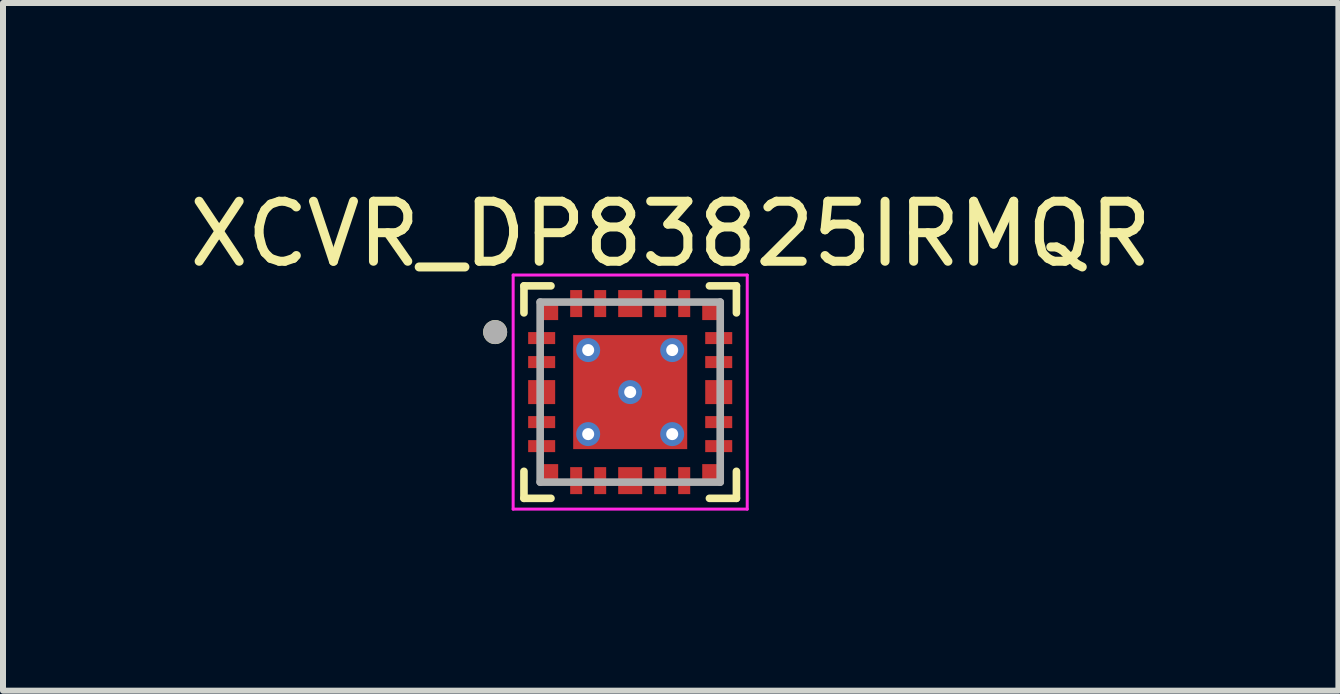
<source format=kicad_pcb>
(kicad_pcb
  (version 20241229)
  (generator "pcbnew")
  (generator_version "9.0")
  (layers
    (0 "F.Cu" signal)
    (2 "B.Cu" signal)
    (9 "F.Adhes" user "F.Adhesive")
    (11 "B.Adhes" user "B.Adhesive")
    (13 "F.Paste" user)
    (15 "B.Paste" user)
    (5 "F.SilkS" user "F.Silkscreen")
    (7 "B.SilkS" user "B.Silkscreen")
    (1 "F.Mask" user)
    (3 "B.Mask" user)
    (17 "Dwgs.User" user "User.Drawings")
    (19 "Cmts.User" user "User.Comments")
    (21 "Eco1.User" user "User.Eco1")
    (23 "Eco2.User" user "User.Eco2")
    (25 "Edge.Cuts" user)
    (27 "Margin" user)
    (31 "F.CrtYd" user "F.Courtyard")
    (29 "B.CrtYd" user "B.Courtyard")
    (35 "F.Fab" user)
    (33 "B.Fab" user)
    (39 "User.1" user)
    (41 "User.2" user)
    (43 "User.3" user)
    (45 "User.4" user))
  (footprint "XCVR_DP83825IRMQR"
    (layer "F.Cu")
    (at 7.45 3.483)
    (property "Reference" "XCVR_DP83825IRMQR" (at 0.675 -2.635 0) (layer "F.SilkS") (effects (font (size 1 1) (thickness 0.15))))
    (attr smd)
    (fp_poly (pts (xy -1.75 -1.05) (xy -1.2 -1.05) (xy -1.2 -0.75) (xy -1.75 -0.75)) (stroke (width 0.01) (type solid)) (fill yes) (layer "F.Mask"))
    (fp_poly (pts (xy -1.75 -0.65) (xy -1.2 -0.65) (xy -1.2 -0.35) (xy -1.75 -0.35)) (stroke (width 0.01) (type solid)) (fill yes) (layer "F.Mask"))
    (fp_poly (pts (xy -1.75 -0.25) (xy -1.2 -0.25) (xy -1.2 0.25) (xy -1.75 0.25)) (stroke (width 0.01) (type solid)) (fill yes) (layer "F.Mask"))
    (fp_poly (pts (xy -1.75 0.35) (xy -1.2 0.35) (xy -1.2 0.65) (xy -1.75 0.65)) (stroke (width 0.01) (type solid)) (fill yes) (layer "F.Mask"))
    (fp_poly (pts (xy -1.75 0.75) (xy -1.2 0.75) (xy -1.2 1.05) (xy -1.75 1.05)) (stroke (width 0.01) (type solid)) (fill yes) (layer "F.Mask"))
    (fp_poly (pts (xy -1.5 -1.5) (xy -1.15 -1.5) (xy -1.15 -1.15) (xy -1.5 -1.15)) (stroke (width 0.01) (type solid)) (fill yes) (layer "F.Mask"))
    (fp_poly (pts (xy -1.5 1.15) (xy -1.15 1.15) (xy -1.15 1.5) (xy -1.5 1.5)) (stroke (width 0.01) (type solid)) (fill yes) (layer "F.Mask"))
    (fp_poly (pts (xy -1.05 -1.75) (xy -0.75 -1.75) (xy -0.75 -1.2) (xy -1.05 -1.2)) (stroke (width 0.01) (type solid)) (fill yes) (layer "F.Mask"))
    (fp_poly (pts (xy -1.05 1.2) (xy -0.75 1.2) (xy -0.75 1.75) (xy -1.05 1.75)) (stroke (width 0.01) (type solid)) (fill yes) (layer "F.Mask"))
    (fp_poly (pts (xy -1 -1) (xy 1 -1) (xy 1 1) (xy -1 1)) (stroke (width 0.01) (type solid)) (fill yes) (layer "F.Mask"))
    (fp_poly (pts (xy -0.65 -1.75) (xy -0.35 -1.75) (xy -0.35 -1.2) (xy -0.65 -1.2)) (stroke (width 0.01) (type solid)) (fill yes) (layer "F.Mask"))
    (fp_poly (pts (xy -0.65 1.2) (xy -0.35 1.2) (xy -0.35 1.75) (xy -0.65 1.75)) (stroke (width 0.01) (type solid)) (fill yes) (layer "F.Mask"))
    (fp_poly (pts (xy -0.25 -1.75) (xy 0.25 -1.75) (xy 0.25 -1.2) (xy -0.25 -1.2)) (stroke (width 0.01) (type solid)) (fill yes) (layer "F.Mask"))
    (fp_poly (pts (xy -0.25 1.2) (xy 0.25 1.2) (xy 0.25 1.75) (xy -0.25 1.75)) (stroke (width 0.01) (type solid)) (fill yes) (layer "F.Mask"))
    (fp_poly (pts (xy 0.35 -1.75) (xy 0.65 -1.75) (xy 0.65 -1.2) (xy 0.35 -1.2)) (stroke (width 0.01) (type solid)) (fill yes) (layer "F.Mask"))
    (fp_poly (pts (xy 0.35 1.2) (xy 0.65 1.2) (xy 0.65 1.75) (xy 0.35 1.75)) (stroke (width 0.01) (type solid)) (fill yes) (layer "F.Mask"))
    (fp_poly (pts (xy 0.75 -1.75) (xy 1.05 -1.75) (xy 1.05 -1.2) (xy 0.75 -1.2)) (stroke (width 0.01) (type solid)) (fill yes) (layer "F.Mask"))
    (fp_poly (pts (xy 0.75 1.2) (xy 1.05 1.2) (xy 1.05 1.75) (xy 0.75 1.75)) (stroke (width 0.01) (type solid)) (fill yes) (layer "F.Mask"))
    (fp_poly (pts (xy 1.15 -1.5) (xy 1.5 -1.5) (xy 1.5 -1.15) (xy 1.15 -1.15)) (stroke (width 0.01) (type solid)) (fill yes) (layer "F.Mask"))
    (fp_poly (pts (xy 1.15 1.15) (xy 1.5 1.15) (xy 1.5 1.5) (xy 1.15 1.5)) (stroke (width 0.01) (type solid)) (fill yes) (layer "F.Mask"))
    (fp_poly (pts (xy 1.2 -1.05) (xy 1.75 -1.05) (xy 1.75 -0.75) (xy 1.2 -0.75)) (stroke (width 0.01) (type solid)) (fill yes) (layer "F.Mask"))
    (fp_poly (pts (xy 1.2 -0.65) (xy 1.75 -0.65) (xy 1.75 -0.35) (xy 1.2 -0.35)) (stroke (width 0.01) (type solid)) (fill yes) (layer "F.Mask"))
    (fp_poly (pts (xy 1.2 -0.25) (xy 1.75 -0.25) (xy 1.75 0.25) (xy 1.2 0.25)) (stroke (width 0.01) (type solid)) (fill yes) (layer "F.Mask"))
    (fp_poly (pts (xy 1.2 0.35) (xy 1.75 0.35) (xy 1.75 0.65) (xy 1.2 0.65)) (stroke (width 0.01) (type solid)) (fill yes) (layer "F.Mask"))
    (fp_poly (pts (xy 1.2 0.75) (xy 1.75 0.75) (xy 1.75 1.05) (xy 1.2 1.05)) (stroke (width 0.01) (type solid)) (fill yes) (layer "F.Mask"))
    (fp_line (start -1.77 -1.77) (end -1.77 -1.32) (stroke (width 0.127) (type solid)) (layer "F.SilkS"))
    (fp_line (start -1.77 -1.77) (end -1.32 -1.77) (stroke (width 0.127) (type solid)) (layer "F.SilkS"))
    (fp_line (start -1.77 1.77) (end -1.77 1.32) (stroke (width 0.127) (type solid)) (layer "F.SilkS"))
    (fp_line (start -1.77 1.77) (end -1.32 1.77) (stroke (width 0.127) (type solid)) (layer "F.SilkS"))
    (fp_line (start 1.77 -1.77) (end 1.32 -1.77) (stroke (width 0.127) (type solid)) (layer "F.SilkS"))
    (fp_line (start 1.77 -1.77) (end 1.77 -1.32) (stroke (width 0.127) (type solid)) (layer "F.SilkS"))
    (fp_line (start 1.77 1.77) (end 1.32 1.77) (stroke (width 0.127) (type solid)) (layer "F.SilkS"))
    (fp_line (start 1.77 1.77) (end 1.77 1.32) (stroke (width 0.127) (type solid)) (layer "F.SilkS"))
    (fp_circle (center -2.25 -1) (end -2.15 -1) (stroke (width 0.2) (type solid)) (fill no) (layer "F.SilkS"))
    (fp_poly (pts (xy -0.855 -0.855) (xy 0.855 -0.855) (xy 0.855 0.855) (xy -0.855 0.855)) (stroke (width 0.01) (type solid)) (fill yes) (layer "F.Paste"))
    (fp_line (start -1.95 -1.95) (end 1.95 -1.95) (stroke (width 0.05) (type solid)) (layer "F.CrtYd"))
    (fp_line (start -1.95 1.95) (end -1.95 -1.95) (stroke (width 0.05) (type solid)) (layer "F.CrtYd"))
    (fp_line (start -1.95 1.95) (end 1.95 1.95) (stroke (width 0.05) (type solid)) (layer "F.CrtYd"))
    (fp_line (start 1.95 1.95) (end 1.95 -1.95) (stroke (width 0.05) (type solid)) (layer "F.CrtYd"))
    (fp_line (start -1.5 1.5) (end -1.5 -1.5) (stroke (width 0.127) (type solid)) (layer "F.Fab"))
    (fp_line (start 1.5 -1.5) (end -1.5 -1.5) (stroke (width 0.127) (type solid)) (layer "F.Fab"))
    (fp_line (start 1.5 1.5) (end -1.5 1.5) (stroke (width 0.127) (type solid)) (layer "F.Fab"))
    (fp_line (start 1.5 1.5) (end 1.5 -1.5) (stroke (width 0.127) (type solid)) (layer "F.Fab"))
    (fp_circle (center -2.25 -1) (end -2.15 -1) (stroke (width 0.2) (type solid)) (fill no) (layer "F.Fab"))
    (pad "1" smd rect (at -1.475 -0.9) (size 0.45 0.2) (layers "F.Cu" "F.Paste"))
    (pad "2" smd rect (at -1.475 -0.5) (size 0.45 0.2) (layers "F.Cu" "F.Paste"))
    (pad "3" smd rect (at -1.475 0) (size 0.45 0.4) (layers "F.Cu" "F.Paste"))
    (pad "4" smd rect (at -1.475 0.5) (size 0.45 0.2) (layers "F.Cu" "F.Paste"))
    (pad "5" smd rect (at -1.475 0.9) (size 0.45 0.2) (layers "F.Cu" "F.Paste"))
    (pad "6" smd rect (at -1.325 1.325) (size 0.25 0.25) (layers "F.Cu" "F.Paste"))
    (pad "7" smd rect (at -0.9 1.475) (size 0.2 0.45) (layers "F.Cu" "F.Paste"))
    (pad "8" smd rect (at -0.5 1.475) (size 0.2 0.45) (layers "F.Cu" "F.Paste"))
    (pad "9" smd rect (at 0 1.475) (size 0.4 0.45) (layers "F.Cu" "F.Paste"))
    (pad "10" smd rect (at 0.5 1.475) (size 0.2 0.45) (layers "F.Cu" "F.Paste"))
    (pad "11" smd rect (at 0.9 1.475) (size 0.2 0.45) (layers "F.Cu" "F.Paste"))
    (pad "12" smd rect (at 1.325 1.325) (size 0.25 0.25) (layers "F.Cu" "F.Paste"))
    (pad "13" smd rect (at 1.475 0.9) (size 0.45 0.2) (layers "F.Cu" "F.Paste"))
    (pad "14" smd rect (at 1.475 0.5) (size 0.45 0.2) (layers "F.Cu" "F.Paste"))
    (pad "15" smd rect (at 1.475 0) (size 0.45 0.4) (layers "F.Cu" "F.Paste"))
    (pad "16" smd rect (at 1.475 -0.5) (size 0.45 0.2) (layers "F.Cu" "F.Paste"))
    (pad "17" smd rect (at 1.475 -0.9) (size 0.45 0.2) (layers "F.Cu" "F.Paste"))
    (pad "18" smd rect (at 1.325 -1.325) (size 0.25 0.25) (layers "F.Cu" "F.Paste"))
    (pad "19" smd rect (at 0.9 -1.475) (size 0.2 0.45) (layers "F.Cu" "F.Paste"))
    (pad "20" smd rect (at 0.5 -1.475) (size 0.2 0.45) (layers "F.Cu" "F.Paste"))
    (pad "21" smd rect (at 0 -1.475) (size 0.4 0.45) (layers "F.Cu" "F.Paste"))
    (pad "22" smd rect (at -0.5 -1.475) (size 0.2 0.45) (layers "F.Cu" "F.Paste"))
    (pad "23" smd rect (at -0.9 -1.475) (size 0.2 0.45) (layers "F.Cu" "F.Paste"))
    (pad "24" smd rect (at -1.325 -1.325) (size 0.25 0.25) (layers "F.Cu" "F.Paste"))
    (pad "25" smd rect (at 0 0) (size 1.9 1.9) (layers "F.Cu"))
    (pad "26" thru_hole circle (at -0.7 -0.7) (size 0.4 0.4) (drill 0.2) (layers "*.Cu"))
    (pad "27" thru_hole circle (at 0.7 -0.7) (size 0.4 0.4) (drill 0.2) (layers "*.Cu"))
    (pad "28" thru_hole circle (at 0 0) (size 0.4 0.4) (drill 0.2) (layers "*.Cu"))
    (pad "29" thru_hole circle (at -0.7 0.7) (size 0.4 0.4) (drill 0.2) (layers "*.Cu"))
    (pad "30" thru_hole circle (at 0.7 0.7) (size 0.4 0.4) (drill 0.2) (layers "*.Cu")))
  (gr_rect
    (start -3 -3)
    (end 19.25 8.458)
    (stroke (width 0.1) (type default))
    (fill no)
    (layer "Edge.Cuts")))
</source>
